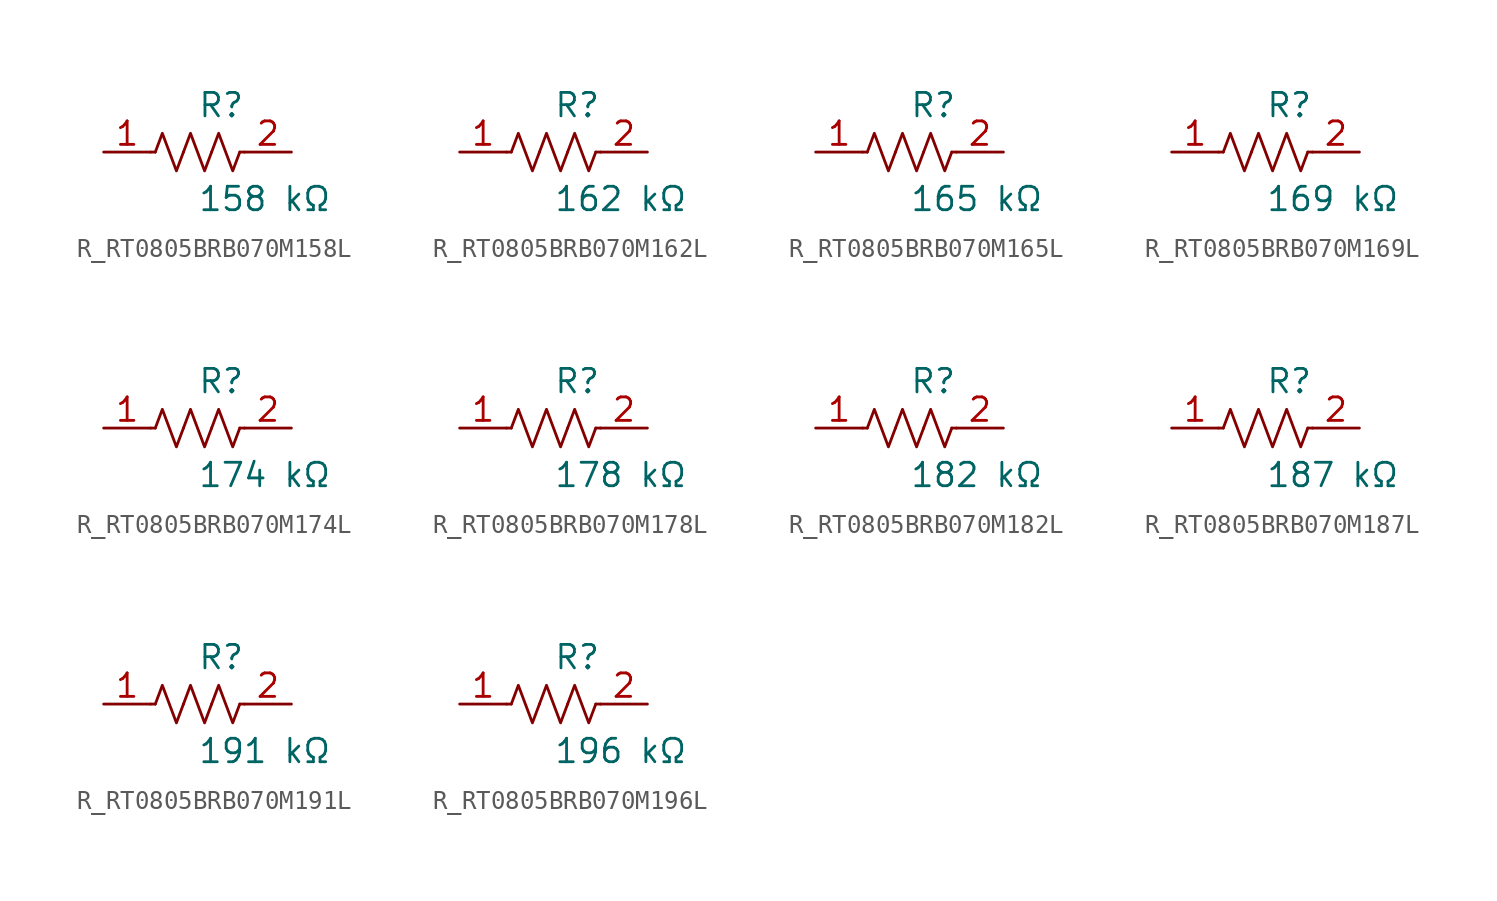
<source format=kicad_sym>
(kicad_symbol_lib
  (version 20231120)
  (generator kicad_symbol_editor)
  (generator_version 8.0)
  (symbol "R_RT0805BRB070M158L"
    (pin_names
      (offset 0.254))
    (property "Reference" "R"
      (at 0.0 2.54 0)
      (effects (font (size 1.27 1.27)) (justify left)))
    (property "Value" "158 kΩ"
      (at 0.0 -2.54 0)
      (effects (font (size 1.27 1.27)) (justify left)))
    (symbol "R_RT0805BRB070M158L_0_1"
      (polyline (pts (xy 2.286 0) (xy 2.54 0)) (stroke (width 0) (type default)) (fill (type none)))
      (polyline (pts (xy -2.286 0) (xy -2.54 0)) (stroke (width 0) (type default)) (fill (type none)))
      (polyline (pts (xy 0.762 0) (xy 1.143 1.016) (xy 1.524 0) (xy 1.905 -1.016) (xy 2.286 0)) (stroke (width 0) (type default)) (fill (type none)))
      (polyline (pts (xy -0.762 0) (xy -0.381 1.016) (xy 0 0) (xy 0.381 -1.016) (xy 0.762 0)) (stroke (width 0) (type default)) (fill (type none)))
      (polyline (pts (xy -2.286 0) (xy -1.905 1.016) (xy -1.524 0) (xy -1.143 -1.016) (xy -0.762 0)) (stroke (width 0) (type default)) (fill (type none))))
    (pin unspecified line
      (at -5.08 0 0)
      (length 2.54)
      (name "" (effects (font (size 1.27 1.27))))
      (number "1" (effects (font (size 1.27 1.27)))))
    (pin unspecified line
      (at 5.08 0 180)
      (length 2.54)
      (name "" (effects (font (size 1.27 1.27))))
      (number "2" (effects (font (size 1.27 1.27))))))
  (symbol "R_RT0805BRB070M162L"
    (pin_names
      (offset 0.254))
    (property "Reference" "R"
      (at 0.0 2.54 0)
      (effects (font (size 1.27 1.27)) (justify left)))
    (property "Value" "162 kΩ"
      (at 0.0 -2.54 0)
      (effects (font (size 1.27 1.27)) (justify left)))
    (symbol "R_RT0805BRB070M162L_0_1"
      (polyline (pts (xy 2.286 0) (xy 2.54 0)) (stroke (width 0) (type default)) (fill (type none)))
      (polyline (pts (xy -2.286 0) (xy -2.54 0)) (stroke (width 0) (type default)) (fill (type none)))
      (polyline (pts (xy 0.762 0) (xy 1.143 1.016) (xy 1.524 0) (xy 1.905 -1.016) (xy 2.286 0)) (stroke (width 0) (type default)) (fill (type none)))
      (polyline (pts (xy -0.762 0) (xy -0.381 1.016) (xy 0 0) (xy 0.381 -1.016) (xy 0.762 0)) (stroke (width 0) (type default)) (fill (type none)))
      (polyline (pts (xy -2.286 0) (xy -1.905 1.016) (xy -1.524 0) (xy -1.143 -1.016) (xy -0.762 0)) (stroke (width 0) (type default)) (fill (type none))))
    (pin unspecified line
      (at -5.08 0 0)
      (length 2.54)
      (name "" (effects (font (size 1.27 1.27))))
      (number "1" (effects (font (size 1.27 1.27)))))
    (pin unspecified line
      (at 5.08 0 180)
      (length 2.54)
      (name "" (effects (font (size 1.27 1.27))))
      (number "2" (effects (font (size 1.27 1.27))))))
  (symbol "R_RT0805BRB070M165L"
    (pin_names
      (offset 0.254))
    (property "Reference" "R"
      (at 0.0 2.54 0)
      (effects (font (size 1.27 1.27)) (justify left)))
    (property "Value" "165 kΩ"
      (at 0.0 -2.54 0)
      (effects (font (size 1.27 1.27)) (justify left)))
    (symbol "R_RT0805BRB070M165L_0_1"
      (polyline (pts (xy 2.286 0) (xy 2.54 0)) (stroke (width 0) (type default)) (fill (type none)))
      (polyline (pts (xy -2.286 0) (xy -2.54 0)) (stroke (width 0) (type default)) (fill (type none)))
      (polyline (pts (xy 0.762 0) (xy 1.143 1.016) (xy 1.524 0) (xy 1.905 -1.016) (xy 2.286 0)) (stroke (width 0) (type default)) (fill (type none)))
      (polyline (pts (xy -0.762 0) (xy -0.381 1.016) (xy 0 0) (xy 0.381 -1.016) (xy 0.762 0)) (stroke (width 0) (type default)) (fill (type none)))
      (polyline (pts (xy -2.286 0) (xy -1.905 1.016) (xy -1.524 0) (xy -1.143 -1.016) (xy -0.762 0)) (stroke (width 0) (type default)) (fill (type none))))
    (pin unspecified line
      (at -5.08 0 0)
      (length 2.54)
      (name "" (effects (font (size 1.27 1.27))))
      (number "1" (effects (font (size 1.27 1.27)))))
    (pin unspecified line
      (at 5.08 0 180)
      (length 2.54)
      (name "" (effects (font (size 1.27 1.27))))
      (number "2" (effects (font (size 1.27 1.27))))))
  (symbol "R_RT0805BRB070M169L"
    (pin_names
      (offset 0.254))
    (property "Reference" "R"
      (at 0.0 2.54 0)
      (effects (font (size 1.27 1.27)) (justify left)))
    (property "Value" "169 kΩ"
      (at 0.0 -2.54 0)
      (effects (font (size 1.27 1.27)) (justify left)))
    (symbol "R_RT0805BRB070M169L_0_1"
      (polyline (pts (xy 2.286 0) (xy 2.54 0)) (stroke (width 0) (type default)) (fill (type none)))
      (polyline (pts (xy -2.286 0) (xy -2.54 0)) (stroke (width 0) (type default)) (fill (type none)))
      (polyline (pts (xy 0.762 0) (xy 1.143 1.016) (xy 1.524 0) (xy 1.905 -1.016) (xy 2.286 0)) (stroke (width 0) (type default)) (fill (type none)))
      (polyline (pts (xy -0.762 0) (xy -0.381 1.016) (xy 0 0) (xy 0.381 -1.016) (xy 0.762 0)) (stroke (width 0) (type default)) (fill (type none)))
      (polyline (pts (xy -2.286 0) (xy -1.905 1.016) (xy -1.524 0) (xy -1.143 -1.016) (xy -0.762 0)) (stroke (width 0) (type default)) (fill (type none))))
    (pin unspecified line
      (at -5.08 0 0)
      (length 2.54)
      (name "" (effects (font (size 1.27 1.27))))
      (number "1" (effects (font (size 1.27 1.27)))))
    (pin unspecified line
      (at 5.08 0 180)
      (length 2.54)
      (name "" (effects (font (size 1.27 1.27))))
      (number "2" (effects (font (size 1.27 1.27))))))
  (symbol "R_RT0805BRB070M174L"
    (pin_names
      (offset 0.254))
    (property "Reference" "R"
      (at 0.0 2.54 0)
      (effects (font (size 1.27 1.27)) (justify left)))
    (property "Value" "174 kΩ"
      (at 0.0 -2.54 0)
      (effects (font (size 1.27 1.27)) (justify left)))
    (symbol "R_RT0805BRB070M174L_0_1"
      (polyline (pts (xy 2.286 0) (xy 2.54 0)) (stroke (width 0) (type default)) (fill (type none)))
      (polyline (pts (xy -2.286 0) (xy -2.54 0)) (stroke (width 0) (type default)) (fill (type none)))
      (polyline (pts (xy 0.762 0) (xy 1.143 1.016) (xy 1.524 0) (xy 1.905 -1.016) (xy 2.286 0)) (stroke (width 0) (type default)) (fill (type none)))
      (polyline (pts (xy -0.762 0) (xy -0.381 1.016) (xy 0 0) (xy 0.381 -1.016) (xy 0.762 0)) (stroke (width 0) (type default)) (fill (type none)))
      (polyline (pts (xy -2.286 0) (xy -1.905 1.016) (xy -1.524 0) (xy -1.143 -1.016) (xy -0.762 0)) (stroke (width 0) (type default)) (fill (type none))))
    (pin unspecified line
      (at -5.08 0 0)
      (length 2.54)
      (name "" (effects (font (size 1.27 1.27))))
      (number "1" (effects (font (size 1.27 1.27)))))
    (pin unspecified line
      (at 5.08 0 180)
      (length 2.54)
      (name "" (effects (font (size 1.27 1.27))))
      (number "2" (effects (font (size 1.27 1.27))))))
  (symbol "R_RT0805BRB070M178L"
    (pin_names
      (offset 0.254))
    (property "Reference" "R"
      (at 0.0 2.54 0)
      (effects (font (size 1.27 1.27)) (justify left)))
    (property "Value" "178 kΩ"
      (at 0.0 -2.54 0)
      (effects (font (size 1.27 1.27)) (justify left)))
    (symbol "R_RT0805BRB070M178L_0_1"
      (polyline (pts (xy 2.286 0) (xy 2.54 0)) (stroke (width 0) (type default)) (fill (type none)))
      (polyline (pts (xy -2.286 0) (xy -2.54 0)) (stroke (width 0) (type default)) (fill (type none)))
      (polyline (pts (xy 0.762 0) (xy 1.143 1.016) (xy 1.524 0) (xy 1.905 -1.016) (xy 2.286 0)) (stroke (width 0) (type default)) (fill (type none)))
      (polyline (pts (xy -0.762 0) (xy -0.381 1.016) (xy 0 0) (xy 0.381 -1.016) (xy 0.762 0)) (stroke (width 0) (type default)) (fill (type none)))
      (polyline (pts (xy -2.286 0) (xy -1.905 1.016) (xy -1.524 0) (xy -1.143 -1.016) (xy -0.762 0)) (stroke (width 0) (type default)) (fill (type none))))
    (pin unspecified line
      (at -5.08 0 0)
      (length 2.54)
      (name "" (effects (font (size 1.27 1.27))))
      (number "1" (effects (font (size 1.27 1.27)))))
    (pin unspecified line
      (at 5.08 0 180)
      (length 2.54)
      (name "" (effects (font (size 1.27 1.27))))
      (number "2" (effects (font (size 1.27 1.27))))))
  (symbol "R_RT0805BRB070M182L"
    (pin_names
      (offset 0.254))
    (property "Reference" "R"
      (at 0.0 2.54 0)
      (effects (font (size 1.27 1.27)) (justify left)))
    (property "Value" "182 kΩ"
      (at 0.0 -2.54 0)
      (effects (font (size 1.27 1.27)) (justify left)))
    (symbol "R_RT0805BRB070M182L_0_1"
      (polyline (pts (xy 2.286 0) (xy 2.54 0)) (stroke (width 0) (type default)) (fill (type none)))
      (polyline (pts (xy -2.286 0) (xy -2.54 0)) (stroke (width 0) (type default)) (fill (type none)))
      (polyline (pts (xy 0.762 0) (xy 1.143 1.016) (xy 1.524 0) (xy 1.905 -1.016) (xy 2.286 0)) (stroke (width 0) (type default)) (fill (type none)))
      (polyline (pts (xy -0.762 0) (xy -0.381 1.016) (xy 0 0) (xy 0.381 -1.016) (xy 0.762 0)) (stroke (width 0) (type default)) (fill (type none)))
      (polyline (pts (xy -2.286 0) (xy -1.905 1.016) (xy -1.524 0) (xy -1.143 -1.016) (xy -0.762 0)) (stroke (width 0) (type default)) (fill (type none))))
    (pin unspecified line
      (at -5.08 0 0)
      (length 2.54)
      (name "" (effects (font (size 1.27 1.27))))
      (number "1" (effects (font (size 1.27 1.27)))))
    (pin unspecified line
      (at 5.08 0 180)
      (length 2.54)
      (name "" (effects (font (size 1.27 1.27))))
      (number "2" (effects (font (size 1.27 1.27))))))
  (symbol "R_RT0805BRB070M187L"
    (pin_names
      (offset 0.254))
    (property "Reference" "R"
      (at 0.0 2.54 0)
      (effects (font (size 1.27 1.27)) (justify left)))
    (property "Value" "187 kΩ"
      (at 0.0 -2.54 0)
      (effects (font (size 1.27 1.27)) (justify left)))
    (symbol "R_RT0805BRB070M187L_0_1"
      (polyline (pts (xy 2.286 0) (xy 2.54 0)) (stroke (width 0) (type default)) (fill (type none)))
      (polyline (pts (xy -2.286 0) (xy -2.54 0)) (stroke (width 0) (type default)) (fill (type none)))
      (polyline (pts (xy 0.762 0) (xy 1.143 1.016) (xy 1.524 0) (xy 1.905 -1.016) (xy 2.286 0)) (stroke (width 0) (type default)) (fill (type none)))
      (polyline (pts (xy -0.762 0) (xy -0.381 1.016) (xy 0 0) (xy 0.381 -1.016) (xy 0.762 0)) (stroke (width 0) (type default)) (fill (type none)))
      (polyline (pts (xy -2.286 0) (xy -1.905 1.016) (xy -1.524 0) (xy -1.143 -1.016) (xy -0.762 0)) (stroke (width 0) (type default)) (fill (type none))))
    (pin unspecified line
      (at -5.08 0 0)
      (length 2.54)
      (name "" (effects (font (size 1.27 1.27))))
      (number "1" (effects (font (size 1.27 1.27)))))
    (pin unspecified line
      (at 5.08 0 180)
      (length 2.54)
      (name "" (effects (font (size 1.27 1.27))))
      (number "2" (effects (font (size 1.27 1.27))))))
  (symbol "R_RT0805BRB070M191L"
    (pin_names
      (offset 0.254))
    (property "Reference" "R"
      (at 0.0 2.54 0)
      (effects (font (size 1.27 1.27)) (justify left)))
    (property "Value" "191 kΩ"
      (at 0.0 -2.54 0)
      (effects (font (size 1.27 1.27)) (justify left)))
    (symbol "R_RT0805BRB070M191L_0_1"
      (polyline (pts (xy 2.286 0) (xy 2.54 0)) (stroke (width 0) (type default)) (fill (type none)))
      (polyline (pts (xy -2.286 0) (xy -2.54 0)) (stroke (width 0) (type default)) (fill (type none)))
      (polyline (pts (xy 0.762 0) (xy 1.143 1.016) (xy 1.524 0) (xy 1.905 -1.016) (xy 2.286 0)) (stroke (width 0) (type default)) (fill (type none)))
      (polyline (pts (xy -0.762 0) (xy -0.381 1.016) (xy 0 0) (xy 0.381 -1.016) (xy 0.762 0)) (stroke (width 0) (type default)) (fill (type none)))
      (polyline (pts (xy -2.286 0) (xy -1.905 1.016) (xy -1.524 0) (xy -1.143 -1.016) (xy -0.762 0)) (stroke (width 0) (type default)) (fill (type none))))
    (pin unspecified line
      (at -5.08 0 0)
      (length 2.54)
      (name "" (effects (font (size 1.27 1.27))))
      (number "1" (effects (font (size 1.27 1.27)))))
    (pin unspecified line
      (at 5.08 0 180)
      (length 2.54)
      (name "" (effects (font (size 1.27 1.27))))
      (number "2" (effects (font (size 1.27 1.27))))))
  (symbol "R_RT0805BRB070M196L"
    (pin_names
      (offset 0.254))
    (property "Reference" "R"
      (at 0.0 2.54 0)
      (effects (font (size 1.27 1.27)) (justify left)))
    (property "Value" "196 kΩ"
      (at 0.0 -2.54 0)
      (effects (font (size 1.27 1.27)) (justify left)))
    (symbol "R_RT0805BRB070M196L_0_1"
      (polyline (pts (xy 2.286 0) (xy 2.54 0)) (stroke (width 0) (type default)) (fill (type none)))
      (polyline (pts (xy -2.286 0) (xy -2.54 0)) (stroke (width 0) (type default)) (fill (type none)))
      (polyline (pts (xy 0.762 0) (xy 1.143 1.016) (xy 1.524 0) (xy 1.905 -1.016) (xy 2.286 0)) (stroke (width 0) (type default)) (fill (type none)))
      (polyline (pts (xy -0.762 0) (xy -0.381 1.016) (xy 0 0) (xy 0.381 -1.016) (xy 0.762 0)) (stroke (width 0) (type default)) (fill (type none)))
      (polyline (pts (xy -2.286 0) (xy -1.905 1.016) (xy -1.524 0) (xy -1.143 -1.016) (xy -0.762 0)) (stroke (width 0) (type default)) (fill (type none))))
    (pin unspecified line
      (at -5.08 0 0)
      (length 2.54)
      (name "" (effects (font (size 1.27 1.27))))
      (number "1" (effects (font (size 1.27 1.27)))))
    (pin unspecified line
      (at 5.08 0 180)
      (length 2.54)
      (name "" (effects (font (size 1.27 1.27))))
      (number "2" (effects (font (size 1.27 1.27)))))))
</source>
